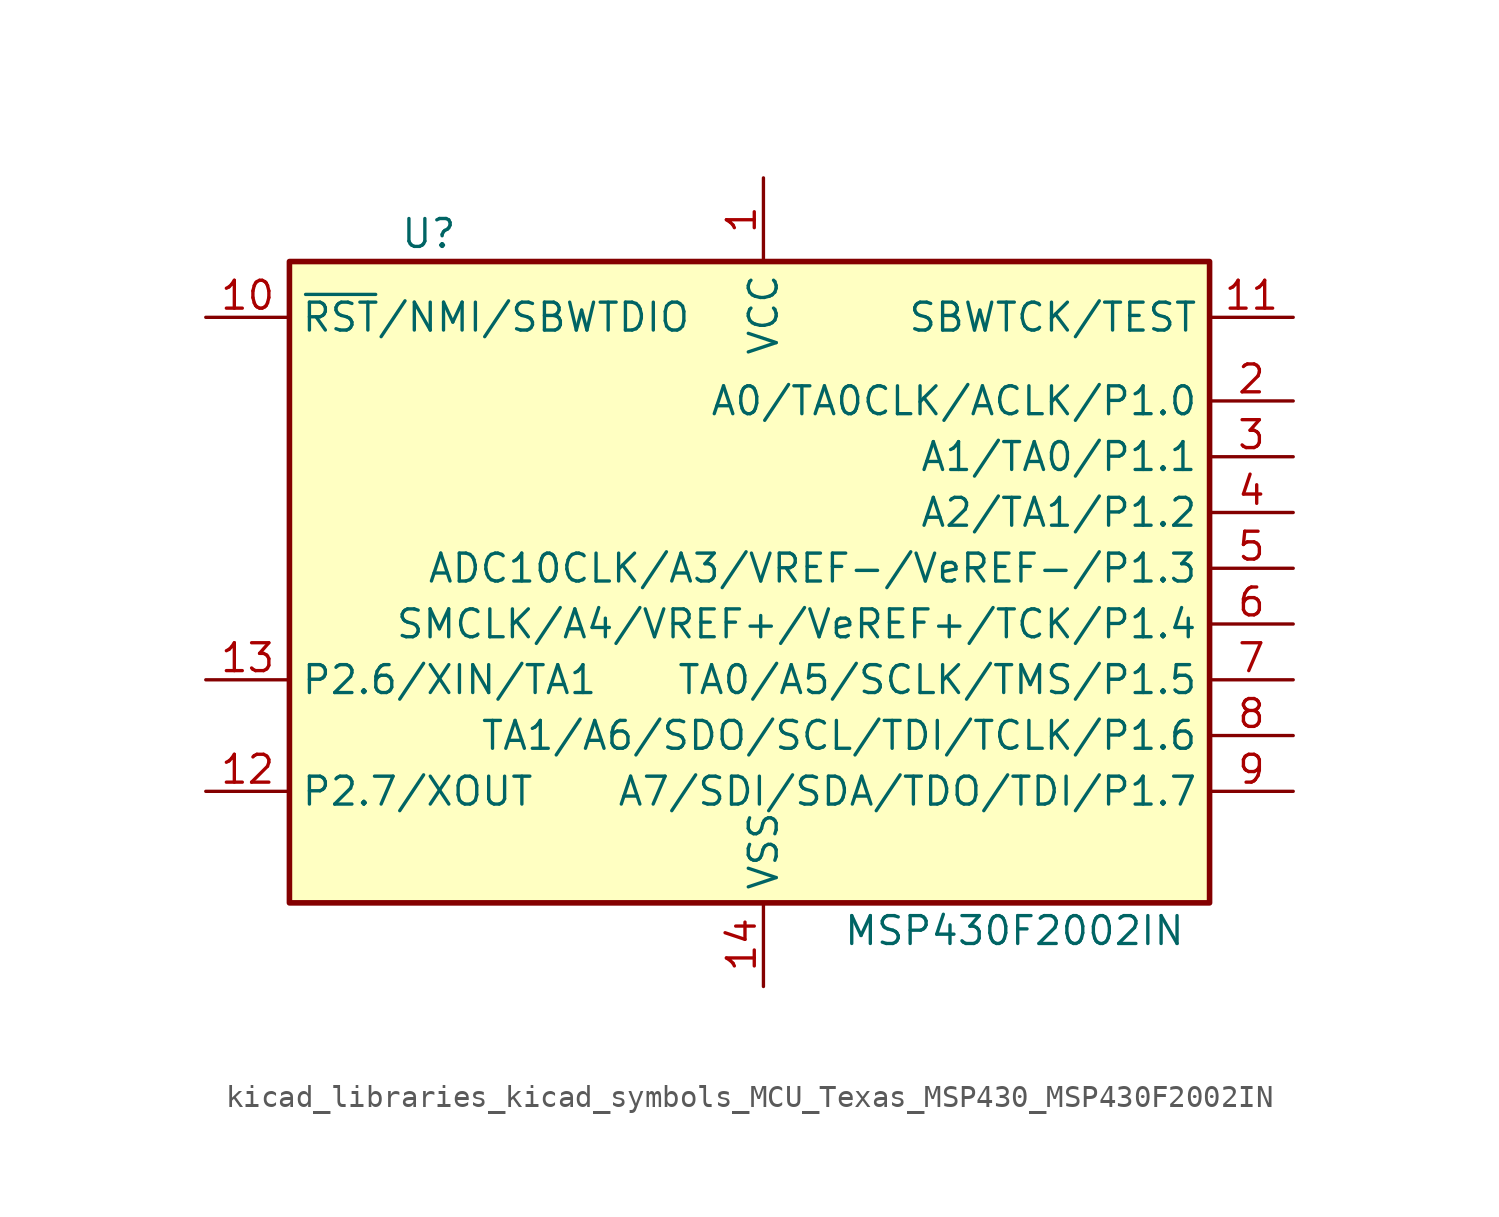
<source format=kicad_sym>
(kicad_symbol_lib
  (version 20220914)
  (generator kicad_symbol_editor)
  (symbol "kicad_libraries_kicad_symbols_MCU_Texas_MSP430_MSP430F2002IN"
    (property "Reference" "U"
      (at -15.24 15.24 0)
      (effects (font (size 1.27 1.27))))
    (property "Value" "MSP430F2002IN"
      (at 11.43 -16.51 0)
      (effects (font (size 1.27 1.27))))
    (symbol "kicad_libraries_kicad_symbols_MCU_Texas_MSP430_MSP430F2002IN_0_1"
      (rectangle (start -21.59 13.97) (end 20.32 -15.24) (stroke (width 0.254) (type default)) (fill (type background))))
    (symbol "kicad_libraries_kicad_symbols_MCU_Texas_MSP430_MSP430F2002IN_1_1"
      (pin power_in line (at 0 17.78 270) (length 3.81) (name "VCC" (effects (font (size 1.27 1.27)))) (number "1" (effects (font (size 1.27 1.27)))))
      (pin input line (at -25.4 11.43 0) (length 3.81) (name "~{RST}/NMI/SBWTDIO" (effects (font (size 1.27 1.27)))) (number "10" (effects (font (size 1.27 1.27)))))
      (pin input line (at 24.13 11.43 180) (length 3.81) (name "SBWTCK/TEST" (effects (font (size 1.27 1.27)))) (number "11" (effects (font (size 1.27 1.27)))))
      (pin bidirectional line (at -25.4 -10.16 0) (length 3.81) (name "P2.7/XOUT" (effects (font (size 1.27 1.27)))) (number "12" (effects (font (size 1.27 1.27)))))
      (pin bidirectional line (at -25.4 -5.08 0) (length 3.81) (name "P2.6/XIN/TA1" (effects (font (size 1.27 1.27)))) (number "13" (effects (font (size 1.27 1.27)))))
      (pin power_in line (at 0 -19.05 90) (length 3.81) (name "VSS" (effects (font (size 1.27 1.27)))) (number "14" (effects (font (size 1.27 1.27)))))
      (pin bidirectional line (at 24.13 7.62 180) (length 3.81) (name "A0/TA0CLK/ACLK/P1.0" (effects (font (size 1.27 1.27)))) (number "2" (effects (font (size 1.27 1.27)))))
      (pin bidirectional line (at 24.13 5.08 180) (length 3.81) (name "A1/TA0/P1.1" (effects (font (size 1.27 1.27)))) (number "3" (effects (font (size 1.27 1.27)))))
      (pin bidirectional line (at 24.13 2.54 180) (length 3.81) (name "A2/TA1/P1.2" (effects (font (size 1.27 1.27)))) (number "4" (effects (font (size 1.27 1.27)))))
      (pin bidirectional line (at 24.13 0 180) (length 3.81) (name "ADC10CLK/A3/VREF-/VeREF-/P1.3" (effects (font (size 1.27 1.27)))) (number "5" (effects (font (size 1.27 1.27)))))
      (pin bidirectional line (at 24.13 -2.54 180) (length 3.81) (name "SMCLK/A4/VREF+/VeREF+/TCK/P1.4" (effects (font (size 1.27 1.27)))) (number "6" (effects (font (size 1.27 1.27)))))
      (pin bidirectional line (at 24.13 -5.08 180) (length 3.81) (name "TA0/A5/SCLK/TMS/P1.5" (effects (font (size 1.27 1.27)))) (number "7" (effects (font (size 1.27 1.27)))))
      (pin bidirectional line (at 24.13 -7.62 180) (length 3.81) (name "TA1/A6/SDO/SCL/TDI/TCLK/P1.6" (effects (font (size 1.27 1.27)))) (number "8" (effects (font (size 1.27 1.27)))))
      (pin bidirectional line (at 24.13 -10.16 180) (length 3.81) (name "A7/SDI/SDA/TDO/TDI/P1.7" (effects (font (size 1.27 1.27)))) (number "9" (effects (font (size 1.27 1.27))))))))
</source>
